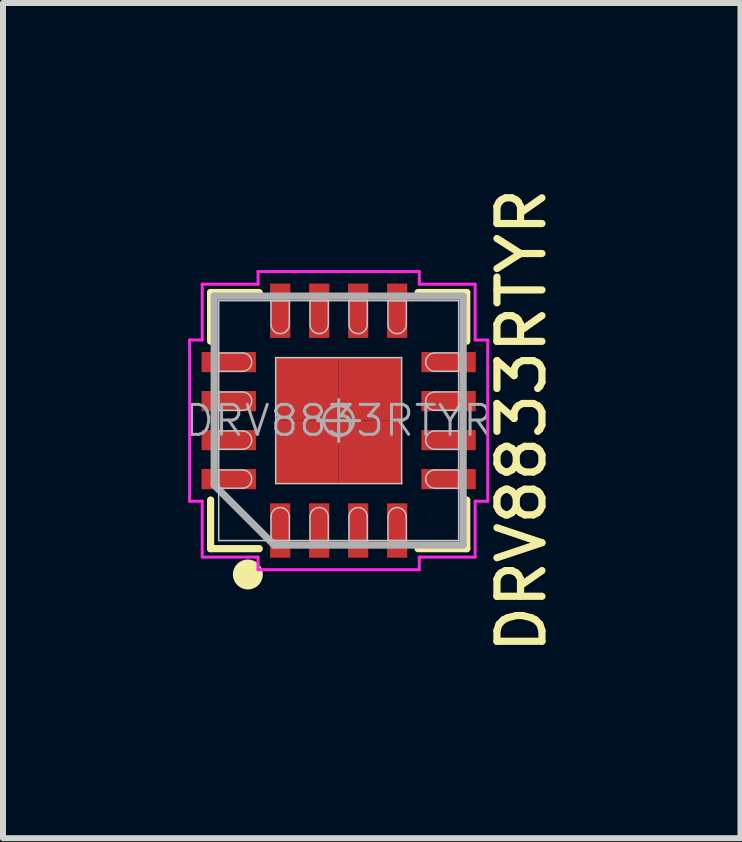
<source format=kicad_pcb>
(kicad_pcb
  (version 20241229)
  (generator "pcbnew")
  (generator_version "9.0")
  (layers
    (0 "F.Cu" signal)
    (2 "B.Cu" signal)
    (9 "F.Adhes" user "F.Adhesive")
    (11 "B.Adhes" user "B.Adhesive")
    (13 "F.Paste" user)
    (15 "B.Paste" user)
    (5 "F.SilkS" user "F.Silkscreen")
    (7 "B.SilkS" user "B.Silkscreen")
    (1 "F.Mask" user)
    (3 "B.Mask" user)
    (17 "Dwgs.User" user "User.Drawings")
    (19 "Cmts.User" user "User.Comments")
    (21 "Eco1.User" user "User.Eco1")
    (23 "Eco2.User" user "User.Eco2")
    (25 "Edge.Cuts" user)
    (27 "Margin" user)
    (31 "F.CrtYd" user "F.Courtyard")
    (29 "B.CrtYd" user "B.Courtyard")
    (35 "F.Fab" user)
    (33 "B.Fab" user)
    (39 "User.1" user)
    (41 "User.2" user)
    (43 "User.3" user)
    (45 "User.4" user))
  (footprint "DRV8833RTYR"
    (layer "F.Cu")
    (at 2.596 3.962)
    (property "Reference" "DRV8833RTYR" (at 3.048 0 90) (layer "F.SilkS") (effects (font (size 0.75 0.75) (thickness 0.12))))
    (attr smd)
    (fp_line (start -2.135 -2.135) (end -2.135 -1.324) (stroke (width 0.12) (type solid)) (layer "F.SilkS"))
    (fp_line (start -2.135 2.135) (end -2.135 1.324) (stroke (width 0.12) (type solid)) (layer "F.SilkS"))
    (fp_line (start -1.324 -2.135) (end -2.135 -2.135) (stroke (width 0.12) (type solid)) (layer "F.SilkS"))
    (fp_line (start -1.324 2.135) (end -2.135 2.135) (stroke (width 0.12) (type solid)) (layer "F.SilkS"))
    (fp_line (start 1.324 -2.135) (end 2.135 -2.135) (stroke (width 0.12) (type solid)) (layer "F.SilkS"))
    (fp_line (start 1.324 2.135) (end 2.135 2.135) (stroke (width 0.12) (type solid)) (layer "F.SilkS"))
    (fp_line (start 2.135 -2.135) (end 2.135 -1.324) (stroke (width 0.12) (type solid)) (layer "F.SilkS"))
    (fp_line (start 2.135 2.135) (end 2.135 1.324) (stroke (width 0.12) (type solid)) (layer "F.SilkS"))
    (fp_circle (center -1.514 2.565) (end -1.514 2.69) (stroke (width 0.25) (type solid)) (fill no) (layer "F.SilkS"))
    (fp_line (start -2 -2) (end 2 -2) (stroke (width 0.025) (type solid)) (layer "Dwgs.User"))
    (fp_line (start -2 -1.127) (end -2 -0.822) (stroke (width 0.025) (type solid)) (layer "Dwgs.User"))
    (fp_line (start -2 -0.822) (end -1.602 -0.822) (stroke (width 0.025) (type solid)) (layer "Dwgs.User"))
    (fp_line (start -2 -0.477) (end -2 -0.172) (stroke (width 0.025) (type solid)) (layer "Dwgs.User"))
    (fp_line (start -2 -0.172) (end -1.602 -0.172) (stroke (width 0.025) (type solid)) (layer "Dwgs.User"))
    (fp_line (start -2 0.172) (end -2 0.477) (stroke (width 0.025) (type solid)) (layer "Dwgs.User"))
    (fp_line (start -2 0.477) (end -1.602 0.477) (stroke (width 0.025) (type solid)) (layer "Dwgs.User"))
    (fp_line (start -2 0.822) (end -2 1.127) (stroke (width 0.025) (type solid)) (layer "Dwgs.User"))
    (fp_line (start -2 1.127) (end -1.602 1.127) (stroke (width 0.025) (type solid)) (layer "Dwgs.User"))
    (fp_line (start -2 2) (end -2 -2) (stroke (width 0.025) (type solid)) (layer "Dwgs.User"))
    (fp_line (start -1.602 -1.127) (end -2 -1.127) (stroke (width 0.025) (type solid)) (layer "Dwgs.User"))
    (fp_line (start -1.602 -0.477) (end -2 -0.477) (stroke (width 0.025) (type solid)) (layer "Dwgs.User"))
    (fp_line (start -1.602 0.172) (end -2 0.172) (stroke (width 0.025) (type solid)) (layer "Dwgs.User"))
    (fp_line (start -1.602 0.822) (end -2 0.822) (stroke (width 0.025) (type solid)) (layer "Dwgs.User"))
    (fp_line (start -1.128 -2) (end -1.128 -1.602) (stroke (width 0.025) (type solid)) (layer "Dwgs.User"))
    (fp_line (start -1.128 1.602) (end -1.128 2) (stroke (width 0.025) (type solid)) (layer "Dwgs.User"))
    (fp_line (start -1.128 2) (end -0.823 2) (stroke (width 0.025) (type solid)) (layer "Dwgs.User"))
    (fp_line (start -1.05 -1.05) (end 1.05 -1.05) (stroke (width 0.025) (type solid)) (layer "Dwgs.User"))
    (fp_line (start -1.05 1.05) (end -1.05 -1.05) (stroke (width 0.025) (type solid)) (layer "Dwgs.User"))
    (fp_line (start -0.823 -2) (end -1.128 -2) (stroke (width 0.025) (type solid)) (layer "Dwgs.User"))
    (fp_line (start -0.823 -1.602) (end -0.823 -2) (stroke (width 0.025) (type solid)) (layer "Dwgs.User"))
    (fp_line (start -0.823 2) (end -0.823 1.602) (stroke (width 0.025) (type solid)) (layer "Dwgs.User"))
    (fp_line (start -0.478 -2) (end -0.478 -1.602) (stroke (width 0.025) (type solid)) (layer "Dwgs.User"))
    (fp_line (start -0.478 1.602) (end -0.478 2) (stroke (width 0.025) (type solid)) (layer "Dwgs.User"))
    (fp_line (start -0.478 2) (end -0.173 2) (stroke (width 0.025) (type solid)) (layer "Dwgs.User"))
    (fp_line (start -0.173 -2) (end -0.478 -2) (stroke (width 0.025) (type solid)) (layer "Dwgs.User"))
    (fp_line (start -0.173 -1.602) (end -0.173 -2) (stroke (width 0.025) (type solid)) (layer "Dwgs.User"))
    (fp_line (start -0.173 2) (end -0.173 1.602) (stroke (width 0.025) (type solid)) (layer "Dwgs.User"))
    (fp_line (start 0.172 -2) (end 0.172 -1.602) (stroke (width 0.025) (type solid)) (layer "Dwgs.User"))
    (fp_line (start 0.172 1.603) (end 0.172 2) (stroke (width 0.025) (type solid)) (layer "Dwgs.User"))
    (fp_line (start 0.172 2) (end 0.477 2) (stroke (width 0.025) (type solid)) (layer "Dwgs.User"))
    (fp_line (start 0.477 -2) (end 0.172 -2) (stroke (width 0.025) (type solid)) (layer "Dwgs.User"))
    (fp_line (start 0.477 -1.603) (end 0.477 -2) (stroke (width 0.025) (type solid)) (layer "Dwgs.User"))
    (fp_line (start 0.477 2) (end 0.477 1.602) (stroke (width 0.025) (type solid)) (layer "Dwgs.User"))
    (fp_line (start 0.822 -2) (end 0.822 -1.602) (stroke (width 0.025) (type solid)) (layer "Dwgs.User"))
    (fp_line (start 0.822 1.603) (end 0.822 2) (stroke (width 0.025) (type solid)) (layer "Dwgs.User"))
    (fp_line (start 0.822 2) (end 1.127 2) (stroke (width 0.025) (type solid)) (layer "Dwgs.User"))
    (fp_line (start 1.05 -1.05) (end 1.05 1.05) (stroke (width 0.025) (type solid)) (layer "Dwgs.User"))
    (fp_line (start 1.05 1.05) (end -1.05 1.05) (stroke (width 0.025) (type solid)) (layer "Dwgs.User"))
    (fp_line (start 1.127 -2) (end 0.822 -2) (stroke (width 0.025) (type solid)) (layer "Dwgs.User"))
    (fp_line (start 1.127 -1.603) (end 1.127 -2) (stroke (width 0.025) (type solid)) (layer "Dwgs.User"))
    (fp_line (start 1.127 2) (end 1.127 1.602) (stroke (width 0.025) (type solid)) (layer "Dwgs.User"))
    (fp_line (start 1.603 -0.823) (end 2 -0.823) (stroke (width 0.025) (type solid)) (layer "Dwgs.User"))
    (fp_line (start 1.603 -0.173) (end 2 -0.173) (stroke (width 0.025) (type solid)) (layer "Dwgs.User"))
    (fp_line (start 1.603 0.478) (end 2 0.478) (stroke (width 0.025) (type solid)) (layer "Dwgs.User"))
    (fp_line (start 1.603 1.128) (end 2 1.128) (stroke (width 0.025) (type solid)) (layer "Dwgs.User"))
    (fp_line (start 2 -2) (end 2 2) (stroke (width 0.025) (type solid)) (layer "Dwgs.User"))
    (fp_line (start 2 -1.128) (end 1.603 -1.128) (stroke (width 0.025) (type solid)) (layer "Dwgs.User"))
    (fp_line (start 2 -0.823) (end 2 -1.128) (stroke (width 0.025) (type solid)) (layer "Dwgs.User"))
    (fp_line (start 2 -0.478) (end 1.603 -0.478) (stroke (width 0.025) (type solid)) (layer "Dwgs.User"))
    (fp_line (start 2 -0.173) (end 2 -0.478) (stroke (width 0.025) (type solid)) (layer "Dwgs.User"))
    (fp_line (start 2 0.173) (end 1.603 0.173) (stroke (width 0.025) (type solid)) (layer "Dwgs.User"))
    (fp_line (start 2 0.478) (end 2 0.173) (stroke (width 0.025) (type solid)) (layer "Dwgs.User"))
    (fp_line (start 2 0.823) (end 1.603 0.823) (stroke (width 0.025) (type solid)) (layer "Dwgs.User"))
    (fp_line (start 2 1.128) (end 2 0.823) (stroke (width 0.025) (type solid)) (layer "Dwgs.User"))
    (fp_line (start 2 2) (end -2 2) (stroke (width 0.025) (type solid)) (layer "Dwgs.User"))
    (fp_arc (start -1.602 -1.1275) (mid -1.4495 -0.975) (end -1.602 -0.8225) (stroke (width 0.025) (type solid)) (layer "Dwgs.User"))
    (fp_arc (start -1.602 -0.4775) (mid -1.4495 -0.325) (end -1.602 -0.1725) (stroke (width 0.025) (type solid)) (layer "Dwgs.User"))
    (fp_arc (start -1.602 0.1725) (mid -1.4495 0.325) (end -1.602 0.4775) (stroke (width 0.025) (type solid)) (layer "Dwgs.User"))
    (fp_arc (start -1.602 0.8225) (mid -1.4495 0.975) (end -1.602 1.1275) (stroke (width 0.025) (type solid)) (layer "Dwgs.User"))
    (fp_arc (start -1.1275 1.602) (mid -0.975 1.4495) (end -0.8225 1.602) (stroke (width 0.025) (type solid)) (layer "Dwgs.User"))
    (fp_arc (start -0.8225 -1.602) (mid -0.975 -1.4495) (end -1.1275 -1.602) (stroke (width 0.025) (type solid)) (layer "Dwgs.User"))
    (fp_arc (start -0.4775 1.602) (mid -0.325 1.4495) (end -0.1725 1.602) (stroke (width 0.025) (type solid)) (layer "Dwgs.User"))
    (fp_arc (start -0.1725 -1.602) (mid -0.325 -1.4495) (end -0.4775 -1.602) (stroke (width 0.025) (type solid)) (layer "Dwgs.User"))
    (fp_arc (start 0.1725 1.602) (mid 0.325 1.4495) (end 0.4775 1.602) (stroke (width 0.025) (type solid)) (layer "Dwgs.User"))
    (fp_arc (start 0.4775 -1.602) (mid 0.325 -1.4495) (end 0.1725 -1.602) (stroke (width 0.025) (type solid)) (layer "Dwgs.User"))
    (fp_arc (start 0.8225 1.602) (mid 0.975 1.4495) (end 1.1275 1.602) (stroke (width 0.025) (type solid)) (layer "Dwgs.User"))
    (fp_arc (start 1.1275 -1.602) (mid 0.975 -1.4495) (end 0.8225 -1.602) (stroke (width 0.025) (type solid)) (layer "Dwgs.User"))
    (fp_arc (start 1.603 -0.8225) (mid 1.4505 -0.975) (end 1.603 -1.1275) (stroke (width 0.025) (type solid)) (layer "Dwgs.User"))
    (fp_arc (start 1.603 -0.1725) (mid 1.4505 -0.325) (end 1.603 -0.4775) (stroke (width 0.025) (type solid)) (layer "Dwgs.User"))
    (fp_arc (start 1.603 0.4775) (mid 1.4505 0.325) (end 1.603 0.1725) (stroke (width 0.025) (type solid)) (layer "Dwgs.User"))
    (fp_arc (start 1.603 1.1275) (mid 1.4505 0.975) (end 1.603 0.8225) (stroke (width 0.025) (type solid)) (layer "Dwgs.User"))
    (fp_line (start -2.485 -1.344) (end -2.485 1.344) (stroke (width 0.05) (type solid)) (layer "F.CrtYd"))
    (fp_line (start -2.485 1.344) (end -2.275 1.344) (stroke (width 0.05) (type solid)) (layer "F.CrtYd"))
    (fp_line (start -2.275 -2.275) (end -2.275 -1.344) (stroke (width 0.05) (type solid)) (layer "F.CrtYd"))
    (fp_line (start -2.275 -1.344) (end -2.485 -1.344) (stroke (width 0.05) (type solid)) (layer "F.CrtYd"))
    (fp_line (start -2.275 1.344) (end -2.275 2.275) (stroke (width 0.05) (type solid)) (layer "F.CrtYd"))
    (fp_line (start -2.275 2.275) (end -1.344 2.275) (stroke (width 0.05) (type solid)) (layer "F.CrtYd"))
    (fp_line (start -1.344 -2.485) (end -1.344 -2.275) (stroke (width 0.05) (type solid)) (layer "F.CrtYd"))
    (fp_line (start -1.344 -2.275) (end -2.275 -2.275) (stroke (width 0.05) (type solid)) (layer "F.CrtYd"))
    (fp_line (start -1.344 2.275) (end -1.344 2.485) (stroke (width 0.05) (type solid)) (layer "F.CrtYd"))
    (fp_line (start -1.344 2.485) (end 1.344 2.485) (stroke (width 0.05) (type solid)) (layer "F.CrtYd"))
    (fp_line (start 1.344 -2.485) (end -1.344 -2.485) (stroke (width 0.05) (type solid)) (layer "F.CrtYd"))
    (fp_line (start 1.344 -2.275) (end 1.344 -2.485) (stroke (width 0.05) (type solid)) (layer "F.CrtYd"))
    (fp_line (start 1.344 2.275) (end 2.275 2.275) (stroke (width 0.05) (type solid)) (layer "F.CrtYd"))
    (fp_line (start 1.344 2.485) (end 1.344 2.275) (stroke (width 0.05) (type solid)) (layer "F.CrtYd"))
    (fp_line (start 2.275 -2.275) (end 1.344 -2.275) (stroke (width 0.05) (type solid)) (layer "F.CrtYd"))
    (fp_line (start 2.275 -1.344) (end 2.275 -2.275) (stroke (width 0.05) (type solid)) (layer "F.CrtYd"))
    (fp_line (start 2.275 1.344) (end 2.485 1.344) (stroke (width 0.05) (type solid)) (layer "F.CrtYd"))
    (fp_line (start 2.275 2.275) (end 2.275 1.344) (stroke (width 0.05) (type solid)) (layer "F.CrtYd"))
    (fp_line (start 2.485 -1.344) (end 2.275 -1.344) (stroke (width 0.05) (type solid)) (layer "F.CrtYd"))
    (fp_line (start 2.485 1.344) (end 2.485 -1.344) (stroke (width 0.05) (type solid)) (layer "F.CrtYd"))
    (fp_line (start -2.075 -2.075) (end 2.075 -2.075) (stroke (width 0.12) (type solid)) (layer "F.Fab"))
    (fp_line (start -2.075 1.075) (end -2.075 -2.075) (stroke (width 0.12) (type solid)) (layer "F.Fab"))
    (fp_line (start -1.075 2.075) (end -2.075 1.075) (stroke (width 0.12) (type solid)) (layer "F.Fab"))
    (fp_line (start -0.35 0) (end 0.35 0) (stroke (width 0.05) (type solid)) (layer "F.Fab"))
    (fp_line (start 0 -0.35) (end 0 0.35) (stroke (width 0.05) (type solid)) (layer "F.Fab"))
    (fp_line (start 2.075 -2.075) (end 2.075 2.075) (stroke (width 0.12) (type solid)) (layer "F.Fab"))
    (fp_line (start 2.075 2.075) (end -1.075 2.075) (stroke (width 0.12) (type solid)) (layer "F.Fab"))
    (fp_circle (center 0 0) (end 0.25 0) (stroke (width 0.05) (type solid)) (fill no) (layer "F.Fab"))
    (fp_text user "${REFERENCE}" (at 0 0 0) (layer "F.Fab") (effects (font (size 0.5 0.5) (thickness 0.05))))
    (pad "" smd rect (at -0.525 -0.525 90) (size 0.814 0.814) (layers "F.Paste"))
    (pad "" smd rect (at -0.525 0.525 90) (size 0.814 0.814) (layers "F.Paste"))
    (pad "" smd rect (at 0.525 -0.525 90) (size 0.814 0.814) (layers "F.Paste"))
    (pad "" smd rect (at 0.525 0.525 90) (size 0.814 0.814) (layers "F.Paste"))
    (pad "1" smd rect (at -0.975 1.832 90) (size 0.906 0.337) (layers "F.Cu" "F.Mask" "F.Paste"))
    (pad "2" smd rect (at -0.325 1.832 90) (size 0.906 0.337) (layers "F.Cu" "F.Mask" "F.Paste"))
    (pad "3" smd rect (at 0.325 1.832 90) (size 0.906 0.337) (layers "F.Cu" "F.Mask" "F.Paste"))
    (pad "4" smd rect (at 0.975 1.832 90) (size 0.906 0.337) (layers "F.Cu" "F.Mask" "F.Paste"))
    (pad "5" smd rect (at 1.832 0.975) (size 0.906 0.337) (layers "F.Cu" "F.Mask" "F.Paste"))
    (pad "6" smd rect (at 1.832 0.325) (size 0.906 0.337) (layers "F.Cu" "F.Mask" "F.Paste"))
    (pad "7" smd rect (at 1.832 -0.325) (size 0.906 0.337) (layers "F.Cu" "F.Mask" "F.Paste"))
    (pad "8" smd rect (at 1.832 -0.975) (size 0.906 0.337) (layers "F.Cu" "F.Mask" "F.Paste"))
    (pad "9" smd rect (at 0.975 -1.832 90) (size 0.906 0.337) (layers "F.Cu" "F.Mask" "F.Paste"))
    (pad "10" smd rect (at 0.325 -1.832 90) (size 0.906 0.337) (layers "F.Cu" "F.Mask" "F.Paste"))
    (pad "11" smd rect (at -0.325 -1.832 90) (size 0.906 0.337) (layers "F.Cu" "F.Mask" "F.Paste"))
    (pad "12" smd rect (at -0.975 -1.832 90) (size 0.906 0.337) (layers "F.Cu" "F.Mask" "F.Paste"))
    (pad "13" smd rect (at -1.832 -0.975) (size 0.906 0.337) (layers "F.Cu" "F.Mask" "F.Paste"))
    (pad "14" smd rect (at -1.832 -0.325) (size 0.906 0.337) (layers "F.Cu" "F.Mask" "F.Paste"))
    (pad "15" smd rect (at -1.832 0.325) (size 0.906 0.337) (layers "F.Cu" "F.Mask" "F.Paste"))
    (pad "16" smd rect (at -1.832 0.975) (size 0.906 0.337) (layers "F.Cu" "F.Mask" "F.Paste"))
    (pad "17" smd rect (at -0.525 -0.525) (size 1.05 1.05) (layers "F.Cu" "F.Mask" "F.Paste"))
    (pad "17" smd rect (at -0.525 0.525) (size 1.05 1.05) (layers "F.Cu" "F.Mask" "F.Paste"))
    (pad "17" smd rect (at 0.525 -0.525) (size 1.05 1.05) (layers "F.Cu" "F.Mask" "F.Paste"))
    (pad "17" smd rect (at 0.525 0.525) (size 1.05 1.05) (layers "F.Cu" "F.Mask" "F.Paste")))
  (gr_rect
    (start -3 -3)
    (end 9.294 10.924)
    (stroke (width 0.1) (type default))
    (fill no)
    (layer "Edge.Cuts")))
</source>
